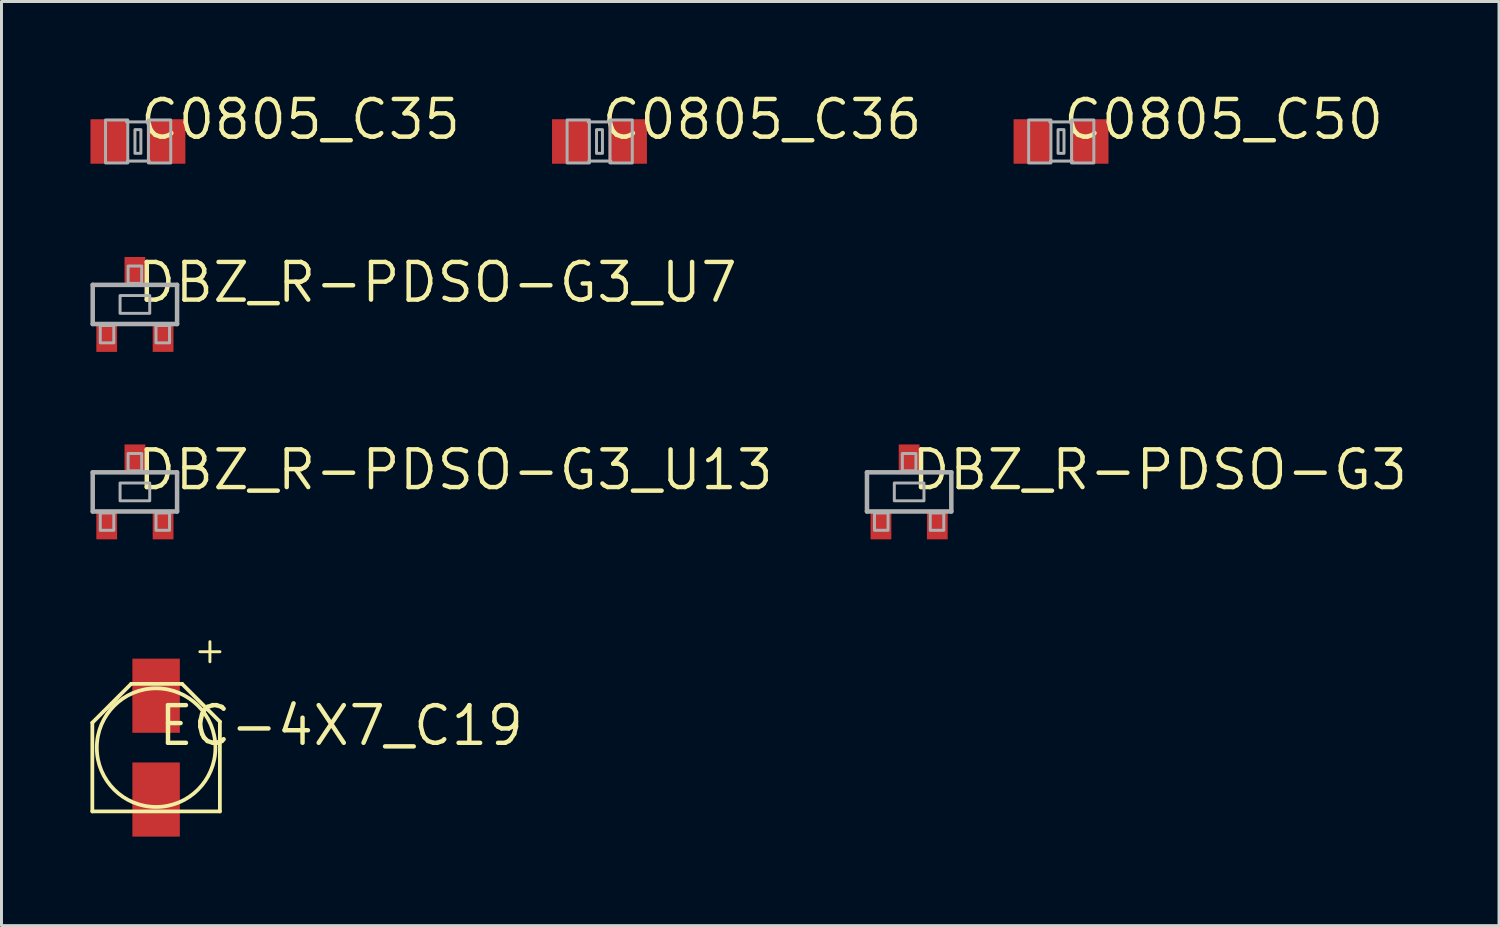
<source format=kicad_pcb>
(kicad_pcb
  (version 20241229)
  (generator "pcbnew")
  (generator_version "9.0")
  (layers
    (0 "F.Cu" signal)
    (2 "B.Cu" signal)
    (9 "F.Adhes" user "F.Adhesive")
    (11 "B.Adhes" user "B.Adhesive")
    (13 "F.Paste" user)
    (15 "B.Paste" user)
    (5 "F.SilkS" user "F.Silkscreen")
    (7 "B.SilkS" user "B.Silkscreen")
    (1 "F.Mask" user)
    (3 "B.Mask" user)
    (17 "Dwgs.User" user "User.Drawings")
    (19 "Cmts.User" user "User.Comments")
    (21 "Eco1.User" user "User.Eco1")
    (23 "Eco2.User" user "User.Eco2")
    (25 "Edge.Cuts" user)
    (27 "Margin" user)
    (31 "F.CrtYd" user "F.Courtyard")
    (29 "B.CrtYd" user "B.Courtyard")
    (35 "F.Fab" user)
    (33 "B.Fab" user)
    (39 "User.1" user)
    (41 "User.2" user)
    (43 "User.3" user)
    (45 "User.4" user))
  (footprint "EC-4X7_C19"
    (layer "F.Cu")
    (at 2.213 22.156)
    (property "Reference" "EC-4X7_C19" (at 0 0 0) (layer "F.SilkS") (effects (font (size 1.27 1.27) (thickness 0.15)) (justify left bottom)))
    (fp_line (start -2.15 -0.841) (end -0.841 -2.15) (stroke (width 0.127) (type solid)) (layer "F.SilkS"))
    (fp_line (start -2.15 2.15) (end -2.15 -0.841) (stroke (width 0.127) (type solid)) (layer "F.SilkS"))
    (fp_line (start -2.15 2.15) (end 2.15 2.15) (stroke (width 0.127) (type solid)) (layer "F.SilkS"))
    (fp_line (start -0.841 -2.15) (end 0.875 -2.15) (stroke (width 0.127) (type solid)) (layer "F.SilkS"))
    (fp_line (start 0.875 -2.15) (end 2.15 -0.875) (stroke (width 0.127) (type solid)) (layer "F.SilkS"))
    (fp_line (start 2.15 2.15) (end 2.15 -0.875) (stroke (width 0.127) (type solid)) (layer "F.SilkS"))
    (fp_circle (center 0 0) (end 2 0) (stroke (width 0.127) (type solid)) (fill no) (layer "F.SilkS"))
    (fp_text user "+" (at 1.199 -3.821 0) (unlocked yes) (layer "F.SilkS") (effects (font (size 0.888 0.888) (thickness 0.099)) (justify left top)))
    (pad "P$1" smd rect (at 0 -1.75) (size 1.6 2.5) (layers "F.Cu" "F.Mask" "F.Paste"))
    (pad "P$2" smd rect (at 0 1.75) (size 1.6 2.5) (layers "F.Cu" "F.Mask" "F.Paste")))
  (footprint "C0805_C50"
    (layer "F.Cu")
    (at 32.722 1.72)
    (property "Reference" "C0805_C50" (at 0 0 0) (layer "F.SilkS") (effects (font (size 1.27 1.27) (thickness 0.15)) (justify left bottom)))
    (fp_line (start -0.381 -0.66) (end 0.381 -0.66) (stroke (width 0.102) (type solid)) (layer "F.Fab"))
    (fp_line (start -0.356 0.66) (end 0.381 0.66) (stroke (width 0.102) (type solid)) (layer "F.Fab"))
    (fp_poly (pts (xy -1.092 0.724) (xy -0.342 0.724) (xy -0.342 -0.726) (xy -1.092 -0.726)) (stroke (width 0.1) (type default)) (fill no) (layer "F.Fab"))
    (fp_poly (pts (xy -0.1 0.4) (xy 0.1 0.4) (xy 0.1 -0.4) (xy -0.1 -0.4)) (stroke (width 0.1) (type default)) (fill no) (layer "F.Fab"))
    (fp_poly (pts (xy 0.356 0.724) (xy 1.106 0.724) (xy 1.106 -0.726) (xy 0.356 -0.726)) (stroke (width 0.1) (type default)) (fill no) (layer "F.Fab"))
    (pad "1" smd rect (at -0.95 0) (size 1.3 1.5) (layers "F.Cu" "F.Mask" "F.Paste"))
    (pad "2" smd rect (at 0.95 0) (size 1.3 1.5) (layers "F.Cu" "F.Mask" "F.Paste")))
  (footprint "C0805_C35"
    (layer "F.Cu")
    (at 1.6 1.72)
    (property "Reference" "C0805_C35" (at 0 0 0) (layer "F.SilkS") (effects (font (size 1.27 1.27) (thickness 0.15)) (justify left bottom)))
    (fp_line (start -0.381 -0.66) (end 0.381 -0.66) (stroke (width 0.102) (type solid)) (layer "F.Fab"))
    (fp_line (start -0.356 0.66) (end 0.381 0.66) (stroke (width 0.102) (type solid)) (layer "F.Fab"))
    (fp_poly (pts (xy -1.092 0.724) (xy -0.342 0.724) (xy -0.342 -0.726) (xy -1.092 -0.726)) (stroke (width 0.1) (type default)) (fill no) (layer "F.Fab"))
    (fp_poly (pts (xy -0.1 0.4) (xy 0.1 0.4) (xy 0.1 -0.4) (xy -0.1 -0.4)) (stroke (width 0.1) (type default)) (fill no) (layer "F.Fab"))
    (fp_poly (pts (xy 0.356 0.724) (xy 1.106 0.724) (xy 1.106 -0.726) (xy 0.356 -0.726)) (stroke (width 0.1) (type default)) (fill no) (layer "F.Fab"))
    (pad "1" smd rect (at -0.95 0) (size 1.3 1.5) (layers "F.Cu" "F.Mask" "F.Paste"))
    (pad "2" smd rect (at 0.95 0) (size 1.3 1.5) (layers "F.Cu" "F.Mask" "F.Paste")))
  (footprint "DBZ_R-PDSO-G3_U13"
    (layer "F.Cu")
    (at 1.498 13.534)
    (property "Reference" "DBZ_R-PDSO-G3_U13" (at 0 0 0) (layer "F.SilkS") (effects (font (size 1.27 1.27) (thickness 0.15)) (justify left bottom)))
    (fp_line (start -1.422 -0.66) (end 1.422 -0.66) (stroke (width 0.152) (type solid)) (layer "F.Fab"))
    (fp_line (start -1.422 0.66) (end -1.422 -0.66) (stroke (width 0.152) (type solid)) (layer "F.Fab"))
    (fp_line (start 1.422 -0.66) (end 1.422 0.66) (stroke (width 0.152) (type solid)) (layer "F.Fab"))
    (fp_line (start 1.422 0.66) (end -1.422 0.66) (stroke (width 0.152) (type solid)) (layer "F.Fab"))
    (fp_poly (pts (xy -1.168 1.295) (xy -0.711 1.295) (xy -0.711 0.711) (xy -1.168 0.711)) (stroke (width 0.1) (type default)) (fill no) (layer "F.Fab"))
    (fp_poly (pts (xy -0.5 0.3) (xy 0.5 0.3) (xy 0.5 -0.3) (xy -0.5 -0.3)) (stroke (width 0.1) (type default)) (fill no) (layer "F.Fab"))
    (fp_poly (pts (xy -0.229 -0.711) (xy 0.229 -0.711) (xy 0.229 -1.295) (xy -0.229 -1.295)) (stroke (width 0.1) (type default)) (fill no) (layer "F.Fab"))
    (fp_poly (pts (xy 0.711 1.295) (xy 1.168 1.295) (xy 1.168 0.711) (xy 0.711 0.711)) (stroke (width 0.1) (type default)) (fill no) (layer "F.Fab"))
    (pad "1" smd rect (at -0.95 1.1) (size 0.7 1) (layers "F.Cu" "F.Mask" "F.Paste"))
    (pad "2" smd rect (at 0.95 1.1) (size 0.7 1) (layers "F.Cu" "F.Mask" "F.Paste"))
    (pad "3" smd rect (at 0 -1.1) (size 0.7 1) (layers "F.Cu" "F.Mask" "F.Paste")))
  (footprint "C0805_C36"
    (layer "F.Cu")
    (at 17.161 1.72)
    (property "Reference" "C0805_C36" (at 0 0 0) (layer "F.SilkS") (effects (font (size 1.27 1.27) (thickness 0.15)) (justify left bottom)))
    (fp_line (start -0.381 -0.66) (end 0.381 -0.66) (stroke (width 0.102) (type solid)) (layer "F.Fab"))
    (fp_line (start -0.356 0.66) (end 0.381 0.66) (stroke (width 0.102) (type solid)) (layer "F.Fab"))
    (fp_poly (pts (xy -1.092 0.724) (xy -0.342 0.724) (xy -0.342 -0.726) (xy -1.092 -0.726)) (stroke (width 0.1) (type default)) (fill no) (layer "F.Fab"))
    (fp_poly (pts (xy -0.1 0.4) (xy 0.1 0.4) (xy 0.1 -0.4) (xy -0.1 -0.4)) (stroke (width 0.1) (type default)) (fill no) (layer "F.Fab"))
    (fp_poly (pts (xy 0.356 0.724) (xy 1.106 0.724) (xy 1.106 -0.726) (xy 0.356 -0.726)) (stroke (width 0.1) (type default)) (fill no) (layer "F.Fab"))
    (pad "1" smd rect (at -0.95 0) (size 1.3 1.5) (layers "F.Cu" "F.Mask" "F.Paste"))
    (pad "2" smd rect (at 0.95 0) (size 1.3 1.5) (layers "F.Cu" "F.Mask" "F.Paste")))
  (footprint "DBZ_R-PDSO-G3"
    (layer "F.Cu")
    (at 27.601 13.534)
    (property "Reference" "DBZ_R-PDSO-G3" (at 0 0 0) (layer "F.SilkS") (effects (font (size 1.27 1.27) (thickness 0.15)) (justify left bottom)))
    (fp_line (start -1.422 -0.66) (end 1.422 -0.66) (stroke (width 0.152) (type solid)) (layer "F.Fab"))
    (fp_line (start -1.422 0.66) (end -1.422 -0.66) (stroke (width 0.152) (type solid)) (layer "F.Fab"))
    (fp_line (start 1.422 -0.66) (end 1.422 0.66) (stroke (width 0.152) (type solid)) (layer "F.Fab"))
    (fp_line (start 1.422 0.66) (end -1.422 0.66) (stroke (width 0.152) (type solid)) (layer "F.Fab"))
    (fp_poly (pts (xy -1.168 1.295) (xy -0.711 1.295) (xy -0.711 0.711) (xy -1.168 0.711)) (stroke (width 0.1) (type default)) (fill no) (layer "F.Fab"))
    (fp_poly (pts (xy -0.5 0.3) (xy 0.5 0.3) (xy 0.5 -0.3) (xy -0.5 -0.3)) (stroke (width 0.1) (type default)) (fill no) (layer "F.Fab"))
    (fp_poly (pts (xy -0.229 -0.711) (xy 0.229 -0.711) (xy 0.229 -1.295) (xy -0.229 -1.295)) (stroke (width 0.1) (type default)) (fill no) (layer "F.Fab"))
    (fp_poly (pts (xy 0.711 1.295) (xy 1.168 1.295) (xy 1.168 0.711) (xy 0.711 0.711)) (stroke (width 0.1) (type default)) (fill no) (layer "F.Fab"))
    (pad "1" smd rect (at -0.95 1.1) (size 0.7 1) (layers "F.Cu" "F.Mask" "F.Paste"))
    (pad "2" smd rect (at 0.95 1.1) (size 0.7 1) (layers "F.Cu" "F.Mask" "F.Paste"))
    (pad "3" smd rect (at 0 -1.1) (size 0.7 1) (layers "F.Cu" "F.Mask" "F.Paste")))
  (footprint "DBZ_R-PDSO-G3_U7"
    (layer "F.Cu")
    (at 1.498 7.214)
    (property "Reference" "DBZ_R-PDSO-G3_U7" (at 0 0 0) (layer "F.SilkS") (effects (font (size 1.27 1.27) (thickness 0.15)) (justify left bottom)))
    (fp_line (start -1.422 -0.66) (end 1.422 -0.66) (stroke (width 0.152) (type solid)) (layer "F.Fab"))
    (fp_line (start -1.422 0.66) (end -1.422 -0.66) (stroke (width 0.152) (type solid)) (layer "F.Fab"))
    (fp_line (start 1.422 -0.66) (end 1.422 0.66) (stroke (width 0.152) (type solid)) (layer "F.Fab"))
    (fp_line (start 1.422 0.66) (end -1.422 0.66) (stroke (width 0.152) (type solid)) (layer "F.Fab"))
    (fp_poly (pts (xy -1.168 1.295) (xy -0.711 1.295) (xy -0.711 0.711) (xy -1.168 0.711)) (stroke (width 0.1) (type default)) (fill no) (layer "F.Fab"))
    (fp_poly (pts (xy -0.5 0.3) (xy 0.5 0.3) (xy 0.5 -0.3) (xy -0.5 -0.3)) (stroke (width 0.1) (type default)) (fill no) (layer "F.Fab"))
    (fp_poly (pts (xy -0.229 -0.711) (xy 0.229 -0.711) (xy 0.229 -1.295) (xy -0.229 -1.295)) (stroke (width 0.1) (type default)) (fill no) (layer "F.Fab"))
    (fp_poly (pts (xy 0.711 1.295) (xy 1.168 1.295) (xy 1.168 0.711) (xy 0.711 0.711)) (stroke (width 0.1) (type default)) (fill no) (layer "F.Fab"))
    (pad "1" smd rect (at -0.95 1.1) (size 0.7 1) (layers "F.Cu" "F.Mask" "F.Paste"))
    (pad "2" smd rect (at 0.95 1.1) (size 0.7 1) (layers "F.Cu" "F.Mask" "F.Paste"))
    (pad "3" smd rect (at 0 -1.1) (size 0.7 1) (layers "F.Cu" "F.Mask" "F.Paste")))
  (gr_rect
    (start -3 -3)
    (end 47.488 28.156)
    (stroke (width 0.1) (type default))
    (fill no)
    (layer "Edge.Cuts")))
</source>
